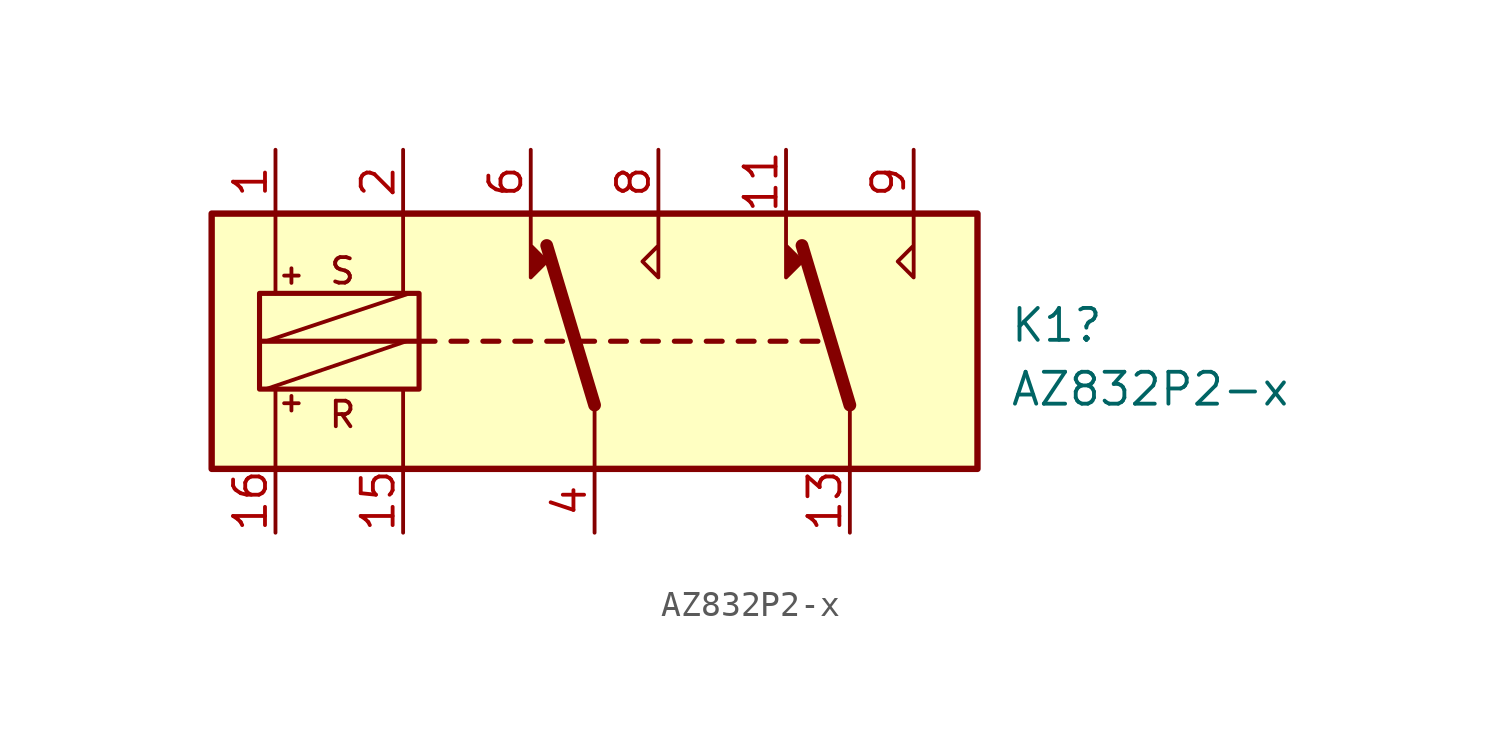
<source format=kicad_sym>
(kicad_symbol_lib
  (version 20220914)
  (generator kicad_symbol_editor)
  (symbol "AZ832P2-x"
    (property "Reference" "K1"
      (at 16.51 0.635 0)
      (effects (font (size 1.27 1.27)) (justify left)))
    (property "Value" "AZ832P2-x"
      (at 16.51 -1.905 0)
      (effects (font (size 1.27 1.27)) (justify left)))
    (symbol "AZ832P2-x_0_0"
      (polyline (pts (xy -2.54 5.08) (xy -2.54 2.54) (xy -1.905 3.175) (xy -2.54 3.81)) (stroke (width 0) (type default)) (fill (type outline)))
      (polyline (pts (xy 2.54 5.08) (xy 2.54 2.54) (xy 1.905 3.175) (xy 2.54 3.81)) (stroke (width 0) (type default)) (fill (type none)))
      (polyline (pts (xy 7.62 5.08) (xy 7.62 2.54) (xy 8.255 3.175) (xy 7.62 3.81)) (stroke (width 0) (type default)) (fill (type outline)))
      (polyline (pts (xy 12.7 5.08) (xy 12.7 2.54) (xy 12.065 3.175) (xy 12.7 3.81)) (stroke (width 0) (type default)) (fill (type none)))
      (text "+" (at -12.065 -2.413 0) (effects (font (size 0.762 0.762))))
      (text "+" (at -12.065 2.667 0) (effects (font (size 0.762 0.762))))
      (text "R" (at -10.033 -2.921 0) (effects (font (size 1.016 1.016))))
      (text "S" (at -10.033 2.794 0) (effects (font (size 1.016 1.016)))))
    (symbol "AZ832P2-x_0_1"
      (rectangle (start -15.24 5.08) (end 15.24 -5.08) (stroke (width 0.254) (type default)) (fill (type background)))
      (rectangle (start -13.335 1.905) (end -6.985 -1.905) (stroke (width 0.203) (type default)) (fill (type none)))
      (polyline (pts (xy -13.335 0) (xy -6.35 0)) (stroke (width 0.203) (type default)) (fill (type none)))
      (polyline (pts (xy -13.081 -1.905) (xy -7.493 0)) (stroke (width 0) (type default)) (fill (type none)))
      (polyline (pts (xy -13.081 0) (xy -7.366 1.905)) (stroke (width 0) (type default)) (fill (type none)))
      (polyline (pts (xy -12.7 -5.08) (xy -12.7 -1.905)) (stroke (width 0) (type default)) (fill (type none)))
      (polyline (pts (xy -12.7 5.08) (xy -12.7 1.905)) (stroke (width 0) (type default)) (fill (type none)))
      (polyline (pts (xy -7.62 -5.08) (xy -7.62 -1.905)) (stroke (width 0) (type default)) (fill (type none)))
      (polyline (pts (xy -7.62 5.08) (xy -7.62 1.905)) (stroke (width 0) (type default)) (fill (type none)))
      (polyline (pts (xy -5.715 0) (xy -5.08 0)) (stroke (width 0.203) (type default)) (fill (type none)))
      (polyline (pts (xy -4.445 0) (xy -3.81 0)) (stroke (width 0.203) (type default)) (fill (type none)))
      (polyline (pts (xy -3.175 0) (xy -2.54 0)) (stroke (width 0.203) (type default)) (fill (type none)))
      (polyline (pts (xy -1.905 0) (xy -1.27 0)) (stroke (width 0.203) (type default)) (fill (type none)))
      (polyline (pts (xy -0.635 0) (xy 0 0)) (stroke (width 0.203) (type default)) (fill (type none)))
      (polyline (pts (xy 0 -2.54) (xy -1.905 3.81)) (stroke (width 0.508) (type default)) (fill (type none)))
      (polyline (pts (xy 0 -2.54) (xy 0 -5.08)) (stroke (width 0) (type default)) (fill (type none)))
      (polyline (pts (xy 0.635 0) (xy 1.27 0)) (stroke (width 0.203) (type default)) (fill (type none)))
      (polyline (pts (xy 1.905 0) (xy 2.54 0)) (stroke (width 0.203) (type default)) (fill (type none)))
      (polyline (pts (xy 3.175 0) (xy 3.81 0)) (stroke (width 0.203) (type default)) (fill (type none)))
      (polyline (pts (xy 4.445 0) (xy 5.08 0)) (stroke (width 0.203) (type default)) (fill (type none)))
      (polyline (pts (xy 5.715 0) (xy 6.35 0)) (stroke (width 0.203) (type default)) (fill (type none)))
      (polyline (pts (xy 6.985 0) (xy 7.62 0)) (stroke (width 0.203) (type default)) (fill (type none)))
      (polyline (pts (xy 8.255 0) (xy 8.89 0)) (stroke (width 0.203) (type default)) (fill (type none)))
      (polyline (pts (xy 10.16 -2.54) (xy 8.255 3.81)) (stroke (width 0.508) (type default)) (fill (type none)))
      (polyline (pts (xy 10.16 -2.54) (xy 10.16 -5.08)) (stroke (width 0) (type default)) (fill (type none))))
    (symbol "AZ832P2-x_1_1"
      (pin passive line (at -12.7 7.62 270) (length 2.54) (name "~" (effects (font (size 1.27 1.27)))) (number "1" (effects (font (size 1.27 1.27)))))
      (pin passive line (at 7.62 7.62 270) (length 2.54) (name "~" (effects (font (size 1.27 1.27)))) (number "11" (effects (font (size 1.27 1.27)))))
      (pin passive line (at 10.16 -7.62 90) (length 2.54) (name "~" (effects (font (size 1.27 1.27)))) (number "13" (effects (font (size 1.27 1.27)))))
      (pin passive line (at -7.62 -7.62 90) (length 2.54) (name "~" (effects (font (size 1.27 1.27)))) (number "15" (effects (font (size 1.27 1.27)))))
      (pin passive line (at -12.7 -7.62 90) (length 2.54) (name "~" (effects (font (size 1.27 1.27)))) (number "16" (effects (font (size 1.27 1.27)))))
      (pin passive line (at -7.62 7.62 270) (length 2.54) (name "~" (effects (font (size 1.27 1.27)))) (number "2" (effects (font (size 1.27 1.27)))))
      (pin passive line (at 0 -7.62 90) (length 2.54) (name "~" (effects (font (size 1.27 1.27)))) (number "4" (effects (font (size 1.27 1.27)))))
      (pin passive line (at -2.54 7.62 270) (length 2.54) (name "~" (effects (font (size 1.27 1.27)))) (number "6" (effects (font (size 1.27 1.27)))))
      (pin passive line (at 2.54 7.62 270) (length 2.54) (name "~" (effects (font (size 1.27 1.27)))) (number "8" (effects (font (size 1.27 1.27)))))
      (pin passive line (at 12.7 7.62 270) (length 2.54) (name "~" (effects (font (size 1.27 1.27)))) (number "9" (effects (font (size 1.27 1.27))))))))
</source>
